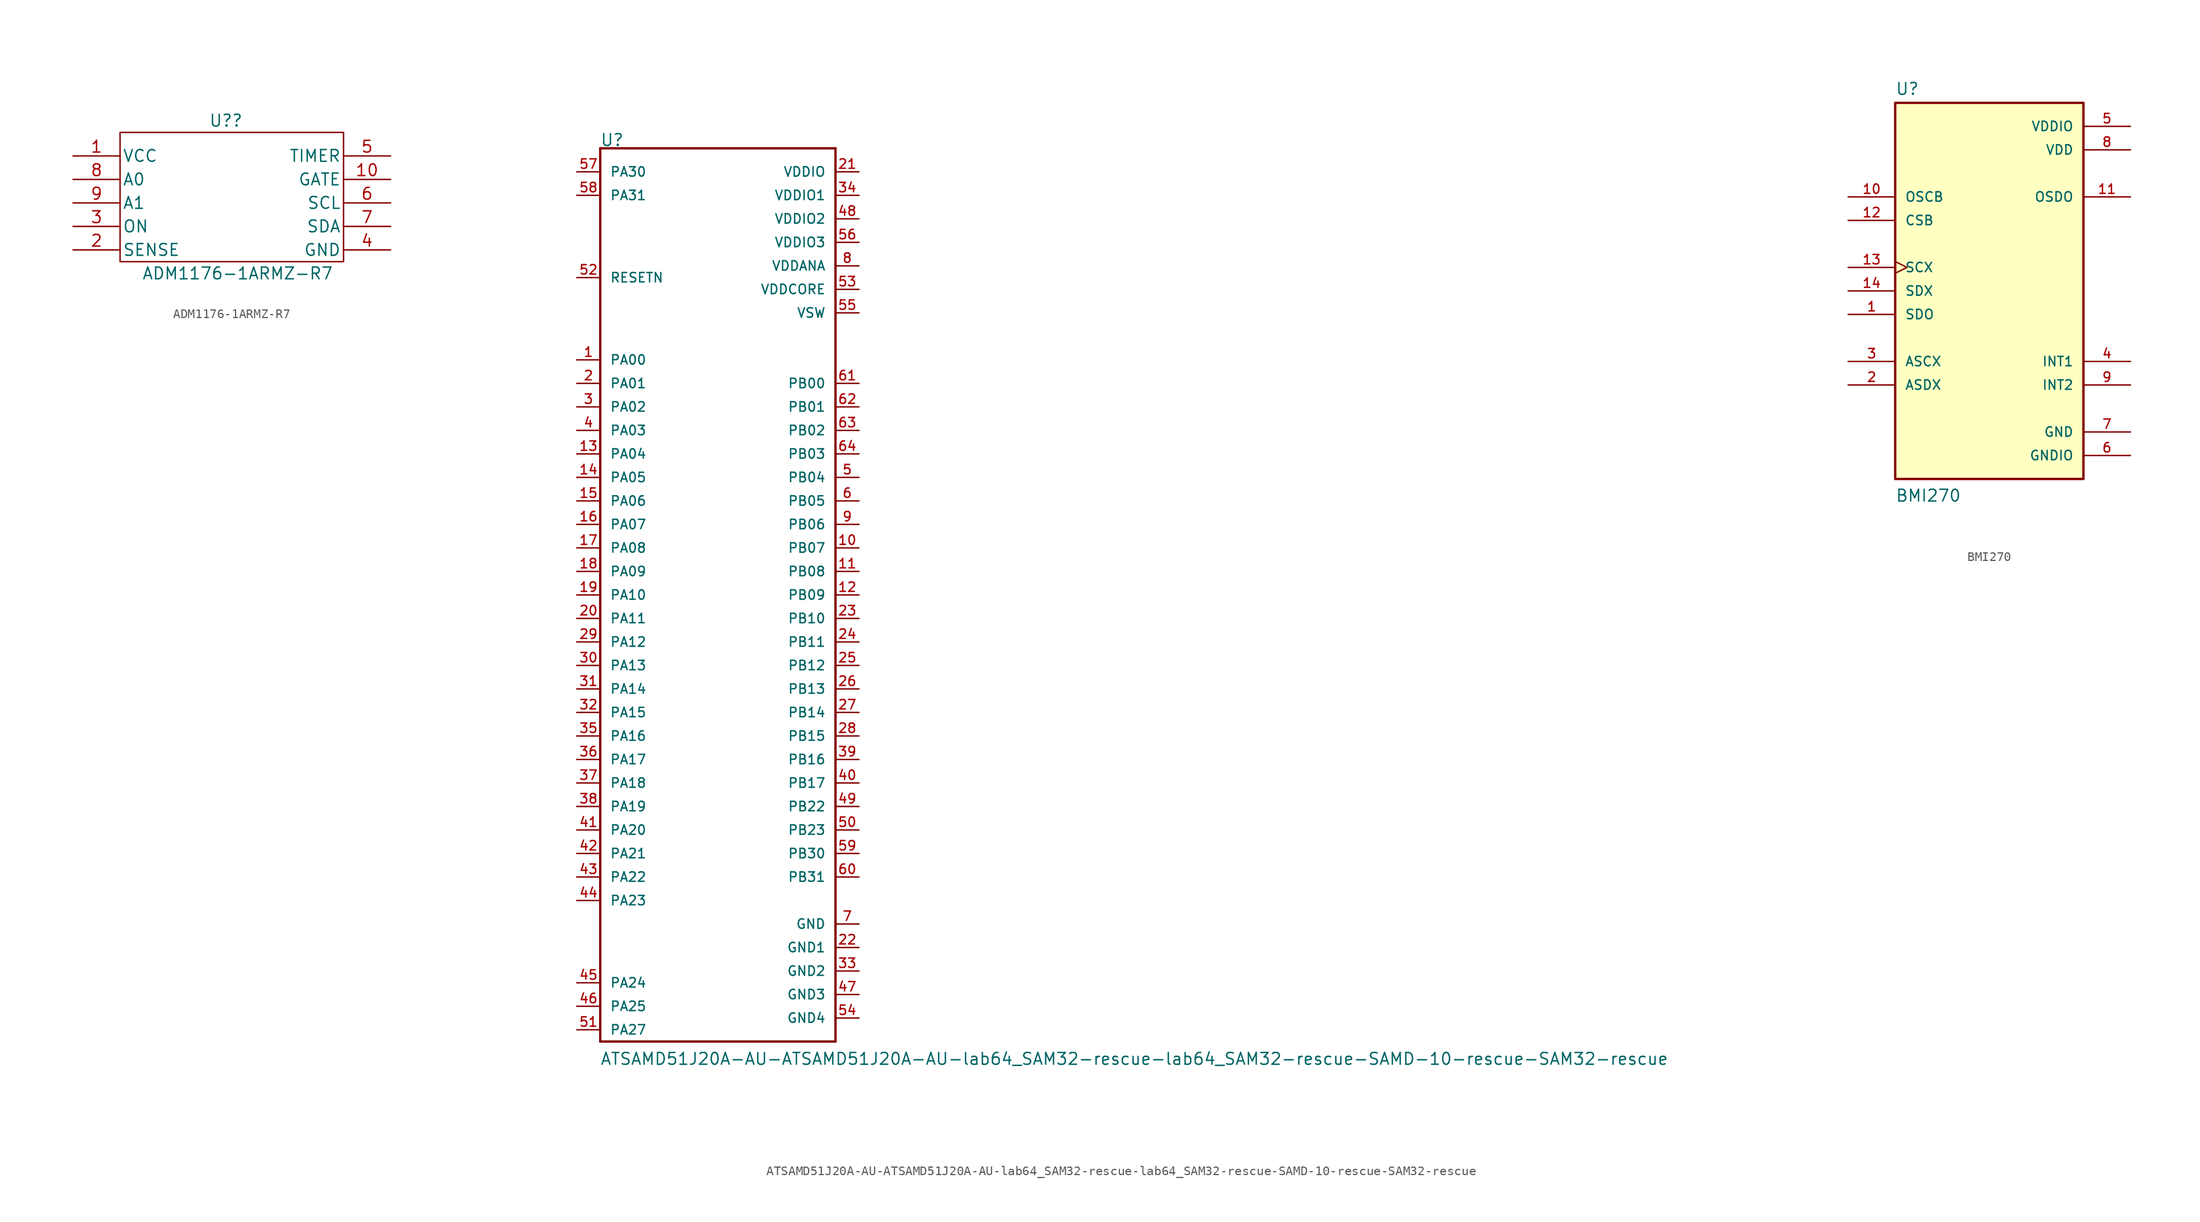
<source format=kicad_sym>
(kicad_symbol_lib
  (version 20211014)
  (generator kicad_symbol_editor)
  (symbol "ADM1176-1ARMZ-R7"
    (pin_names
      (offset 0.254))
    (property "Reference" "U?"
      (at 19.05 -10.16 0)
      (effects (font (size 1.27 1.27))))
    (property "Value" "ADM1176-1ARMZ-R7"
      (at 20.32 -26.67 0)
      (effects (font (size 1.27 1.27))))
    (property "Datasheet" ""
      (at 2.54 -3.81 0)
      (effects (font (size 1.27 1.27))))
    (symbol "ADM1176-1ARMZ-R7_0_1"
      (rectangle (start 7.62 -11.43) (end 31.75 -25.4) (stroke (width 0) (type default) (color 0 0 0 0)) (fill (type none))))
    (symbol "ADM1176-1ARMZ-R7_1_0"
      (pin unspecified line (at 2.54 -13.97 0) (length 5.08) (name "VCC" (effects (font (size 1.27 1.27)))) (number "1" (effects (font (size 1.27 1.27)))))
      (pin unspecified line (at 36.83 -16.51 180) (length 5.08) (name "GATE" (effects (font (size 1.27 1.27)))) (number "10" (effects (font (size 1.27 1.27)))))
      (pin unspecified line (at 2.54 -24.13 0) (length 5.08) (name "SENSE" (effects (font (size 1.27 1.27)))) (number "2" (effects (font (size 1.27 1.27)))))
      (pin unspecified line (at 2.54 -21.59 0) (length 5.08) (name "ON" (effects (font (size 1.27 1.27)))) (number "3" (effects (font (size 1.27 1.27)))))
      (pin unspecified line (at 36.83 -24.13 180) (length 5.08) (name "GND" (effects (font (size 1.27 1.27)))) (number "4" (effects (font (size 1.27 1.27)))))
      (pin unspecified line (at 36.83 -13.97 180) (length 5.08) (name "TIMER" (effects (font (size 1.27 1.27)))) (number "5" (effects (font (size 1.27 1.27)))))
      (pin unspecified line (at 36.83 -19.05 180) (length 5.08) (name "SCL" (effects (font (size 1.27 1.27)))) (number "6" (effects (font (size 1.27 1.27)))))
      (pin unspecified line (at 36.83 -21.59 180) (length 5.08) (name "SDA" (effects (font (size 1.27 1.27)))) (number "7" (effects (font (size 1.27 1.27)))))
      (pin unspecified line (at 2.54 -16.51 0) (length 5.08) (name "A0" (effects (font (size 1.27 1.27)))) (number "8" (effects (font (size 1.27 1.27)))))
      (pin unspecified line (at 2.54 -19.05 0) (length 5.08) (name "A1" (effects (font (size 1.27 1.27)))) (number "9" (effects (font (size 1.27 1.27)))))))
  (symbol "ATSAMD51J20A-AU-ATSAMD51J20A-AU-lab64_SAM32-rescue-lab64_SAM32-rescue-SAMD-10-rescue-SAM32-rescue"
    (pin_names
      (offset 1.016))
    (property "Reference" "U"
      (at -12.725 48.412 0)
      (effects (font (size 1.27 1.27)) (justify left bottom)))
    (property "Value" "ATSAMD51J20A-AU-ATSAMD51J20A-AU-lab64_SAM32-rescue-lab64_SAM32-rescue-SAMD-10-rescue-SAM32-rescue"
      (at -12.725 -50.876 0)
      (effects (font (size 1.27 1.27)) (justify left bottom)))
    (property "ki_locked" ""
      (at 0 0 0)
      (effects (font (size 1.27 1.27))))
    (symbol "ATSAMD51J20A-AU-ATSAMD51J20A-AU-lab64_SAM32-rescue-lab64_SAM32-rescue-SAMD-10-rescue-SAM32-rescue_0_0"
      (polyline (pts (xy -12.7 -48.26) (xy 12.7 -48.26)) (stroke (width 0.254) (type default) (color 0 0 0 0)) (fill (type none)))
      (polyline (pts (xy -12.7 48.26) (xy -12.7 -48.26)) (stroke (width 0.254) (type default) (color 0 0 0 0)) (fill (type none)))
      (polyline (pts (xy 12.7 -48.26) (xy 12.7 48.26)) (stroke (width 0.254) (type default) (color 0 0 0 0)) (fill (type none)))
      (polyline (pts (xy 12.7 48.26) (xy -12.7 48.26)) (stroke (width 0.254) (type default) (color 0 0 0 0)) (fill (type none)))
      (pin bidirectional line (at -15.24 25.4 0) (length 2.54) (name "PA00" (effects (font (size 1.016 1.016)))) (number "1" (effects (font (size 1.016 1.016)))))
      (pin bidirectional line (at 15.24 5.08 180) (length 2.54) (name "PB07" (effects (font (size 1.016 1.016)))) (number "10" (effects (font (size 1.016 1.016)))))
      (pin bidirectional line (at 15.24 2.54 180) (length 2.54) (name "PB08" (effects (font (size 1.016 1.016)))) (number "11" (effects (font (size 1.016 1.016)))))
      (pin bidirectional line (at 15.24 0 180) (length 2.54) (name "PB09" (effects (font (size 1.016 1.016)))) (number "12" (effects (font (size 1.016 1.016)))))
      (pin bidirectional line (at -15.24 15.24 0) (length 2.54) (name "PA04" (effects (font (size 1.016 1.016)))) (number "13" (effects (font (size 1.016 1.016)))))
      (pin bidirectional line (at -15.24 12.7 0) (length 2.54) (name "PA05" (effects (font (size 1.016 1.016)))) (number "14" (effects (font (size 1.016 1.016)))))
      (pin bidirectional line (at -15.24 10.16 0) (length 2.54) (name "PA06" (effects (font (size 1.016 1.016)))) (number "15" (effects (font (size 1.016 1.016)))))
      (pin bidirectional line (at -15.24 7.62 0) (length 2.54) (name "PA07" (effects (font (size 1.016 1.016)))) (number "16" (effects (font (size 1.016 1.016)))))
      (pin bidirectional line (at -15.24 5.08 0) (length 2.54) (name "PA08" (effects (font (size 1.016 1.016)))) (number "17" (effects (font (size 1.016 1.016)))))
      (pin bidirectional line (at -15.24 2.54 0) (length 2.54) (name "PA09" (effects (font (size 1.016 1.016)))) (number "18" (effects (font (size 1.016 1.016)))))
      (pin bidirectional line (at -15.24 0 0) (length 2.54) (name "PA10" (effects (font (size 1.016 1.016)))) (number "19" (effects (font (size 1.016 1.016)))))
      (pin bidirectional line (at -15.24 22.86 0) (length 2.54) (name "PA01" (effects (font (size 1.016 1.016)))) (number "2" (effects (font (size 1.016 1.016)))))
      (pin bidirectional line (at -15.24 -2.54 0) (length 2.54) (name "PA11" (effects (font (size 1.016 1.016)))) (number "20" (effects (font (size 1.016 1.016)))))
      (pin power_in line (at 15.24 45.72 180) (length 2.54) (name "VDDIO" (effects (font (size 1.016 1.016)))) (number "21" (effects (font (size 1.016 1.016)))))
      (pin power_in line (at 15.24 -38.1 180) (length 2.54) (name "GND1" (effects (font (size 1.016 1.016)))) (number "22" (effects (font (size 1.016 1.016)))))
      (pin bidirectional line (at 15.24 -2.54 180) (length 2.54) (name "PB10" (effects (font (size 1.016 1.016)))) (number "23" (effects (font (size 1.016 1.016)))))
      (pin bidirectional line (at 15.24 -5.08 180) (length 2.54) (name "PB11" (effects (font (size 1.016 1.016)))) (number "24" (effects (font (size 1.016 1.016)))))
      (pin bidirectional line (at 15.24 -7.62 180) (length 2.54) (name "PB12" (effects (font (size 1.016 1.016)))) (number "25" (effects (font (size 1.016 1.016)))))
      (pin bidirectional line (at 15.24 -10.16 180) (length 2.54) (name "PB13" (effects (font (size 1.016 1.016)))) (number "26" (effects (font (size 1.016 1.016)))))
      (pin bidirectional line (at 15.24 -12.7 180) (length 2.54) (name "PB14" (effects (font (size 1.016 1.016)))) (number "27" (effects (font (size 1.016 1.016)))))
      (pin bidirectional line (at 15.24 -15.24 180) (length 2.54) (name "PB15" (effects (font (size 1.016 1.016)))) (number "28" (effects (font (size 1.016 1.016)))))
      (pin bidirectional line (at -15.24 -5.08 0) (length 2.54) (name "PA12" (effects (font (size 1.016 1.016)))) (number "29" (effects (font (size 1.016 1.016)))))
      (pin bidirectional line (at -15.24 20.32 0) (length 2.54) (name "PA02" (effects (font (size 1.016 1.016)))) (number "3" (effects (font (size 1.016 1.016)))))
      (pin bidirectional line (at -15.24 -7.62 0) (length 2.54) (name "PA13" (effects (font (size 1.016 1.016)))) (number "30" (effects (font (size 1.016 1.016)))))
      (pin bidirectional line (at -15.24 -10.16 0) (length 2.54) (name "PA14" (effects (font (size 1.016 1.016)))) (number "31" (effects (font (size 1.016 1.016)))))
      (pin bidirectional line (at -15.24 -12.7 0) (length 2.54) (name "PA15" (effects (font (size 1.016 1.016)))) (number "32" (effects (font (size 1.016 1.016)))))
      (pin power_in line (at 15.24 -40.64 180) (length 2.54) (name "GND2" (effects (font (size 1.016 1.016)))) (number "33" (effects (font (size 1.016 1.016)))))
      (pin power_in line (at 15.24 43.18 180) (length 2.54) (name "VDDIO1" (effects (font (size 1.016 1.016)))) (number "34" (effects (font (size 1.016 1.016)))))
      (pin bidirectional line (at -15.24 -15.24 0) (length 2.54) (name "PA16" (effects (font (size 1.016 1.016)))) (number "35" (effects (font (size 1.016 1.016)))))
      (pin bidirectional line (at -15.24 -17.78 0) (length 2.54) (name "PA17" (effects (font (size 1.016 1.016)))) (number "36" (effects (font (size 1.016 1.016)))))
      (pin bidirectional line (at -15.24 -20.32 0) (length 2.54) (name "PA18" (effects (font (size 1.016 1.016)))) (number "37" (effects (font (size 1.016 1.016)))))
      (pin bidirectional line (at -15.24 -22.86 0) (length 2.54) (name "PA19" (effects (font (size 1.016 1.016)))) (number "38" (effects (font (size 1.016 1.016)))))
      (pin bidirectional line (at 15.24 -17.78 180) (length 2.54) (name "PB16" (effects (font (size 1.016 1.016)))) (number "39" (effects (font (size 1.016 1.016)))))
      (pin bidirectional line (at -15.24 17.78 0) (length 2.54) (name "PA03" (effects (font (size 1.016 1.016)))) (number "4" (effects (font (size 1.016 1.016)))))
      (pin bidirectional line (at 15.24 -20.32 180) (length 2.54) (name "PB17" (effects (font (size 1.016 1.016)))) (number "40" (effects (font (size 1.016 1.016)))))
      (pin bidirectional line (at -15.24 -25.4 0) (length 2.54) (name "PA20" (effects (font (size 1.016 1.016)))) (number "41" (effects (font (size 1.016 1.016)))))
      (pin bidirectional line (at -15.24 -27.94 0) (length 2.54) (name "PA21" (effects (font (size 1.016 1.016)))) (number "42" (effects (font (size 1.016 1.016)))))
      (pin bidirectional line (at -15.24 -30.48 0) (length 2.54) (name "PA22" (effects (font (size 1.016 1.016)))) (number "43" (effects (font (size 1.016 1.016)))))
      (pin bidirectional line (at -15.24 -33.02 0) (length 2.54) (name "PA23" (effects (font (size 1.016 1.016)))) (number "44" (effects (font (size 1.016 1.016)))))
      (pin bidirectional line (at -15.24 -41.91 0) (length 2.54) (name "PA24" (effects (font (size 1.016 1.016)))) (number "45" (effects (font (size 1.016 1.016)))))
      (pin bidirectional line (at -15.24 -44.45 0) (length 2.54) (name "PA25" (effects (font (size 1.016 1.016)))) (number "46" (effects (font (size 1.016 1.016)))))
      (pin power_in line (at 15.24 -43.18 180) (length 2.54) (name "GND3" (effects (font (size 1.016 1.016)))) (number "47" (effects (font (size 1.016 1.016)))))
      (pin power_in line (at 15.24 40.64 180) (length 2.54) (name "VDDIO2" (effects (font (size 1.016 1.016)))) (number "48" (effects (font (size 1.016 1.016)))))
      (pin bidirectional line (at 15.24 -22.86 180) (length 2.54) (name "PB22" (effects (font (size 1.016 1.016)))) (number "49" (effects (font (size 1.016 1.016)))))
      (pin bidirectional line (at 15.24 12.7 180) (length 2.54) (name "PB04" (effects (font (size 1.016 1.016)))) (number "5" (effects (font (size 1.016 1.016)))))
      (pin bidirectional line (at 15.24 -25.4 180) (length 2.54) (name "PB23" (effects (font (size 1.016 1.016)))) (number "50" (effects (font (size 1.016 1.016)))))
      (pin bidirectional line (at -15.24 -46.99 0) (length 2.54) (name "PA27" (effects (font (size 1.016 1.016)))) (number "51" (effects (font (size 1.016 1.016)))))
      (pin input line (at -15.24 34.29 0) (length 2.54) (name "RESETN" (effects (font (size 1.016 1.016)))) (number "52" (effects (font (size 1.016 1.016)))))
      (pin power_in line (at 15.24 33.02 180) (length 2.54) (name "VDDCORE" (effects (font (size 1.016 1.016)))) (number "53" (effects (font (size 1.016 1.016)))))
      (pin power_in line (at 15.24 -45.72 180) (length 2.54) (name "GND4" (effects (font (size 1.016 1.016)))) (number "54" (effects (font (size 1.016 1.016)))))
      (pin power_in line (at 15.24 30.48 180) (length 2.54) (name "VSW" (effects (font (size 1.016 1.016)))) (number "55" (effects (font (size 1.016 1.016)))))
      (pin power_in line (at 15.24 38.1 180) (length 2.54) (name "VDDIO3" (effects (font (size 1.016 1.016)))) (number "56" (effects (font (size 1.016 1.016)))))
      (pin bidirectional line (at -15.24 45.72 0) (length 2.54) (name "PA30" (effects (font (size 1.016 1.016)))) (number "57" (effects (font (size 1.016 1.016)))))
      (pin bidirectional line (at -15.24 43.18 0) (length 2.54) (name "PA31" (effects (font (size 1.016 1.016)))) (number "58" (effects (font (size 1.016 1.016)))))
      (pin bidirectional line (at 15.24 -27.94 180) (length 2.54) (name "PB30" (effects (font (size 1.016 1.016)))) (number "59" (effects (font (size 1.016 1.016)))))
      (pin bidirectional line (at 15.24 10.16 180) (length 2.54) (name "PB05" (effects (font (size 1.016 1.016)))) (number "6" (effects (font (size 1.016 1.016)))))
      (pin bidirectional line (at 15.24 -30.48 180) (length 2.54) (name "PB31" (effects (font (size 1.016 1.016)))) (number "60" (effects (font (size 1.016 1.016)))))
      (pin bidirectional line (at 15.24 22.86 180) (length 2.54) (name "PB00" (effects (font (size 1.016 1.016)))) (number "61" (effects (font (size 1.016 1.016)))))
      (pin bidirectional line (at 15.24 20.32 180) (length 2.54) (name "PB01" (effects (font (size 1.016 1.016)))) (number "62" (effects (font (size 1.016 1.016)))))
      (pin bidirectional line (at 15.24 17.78 180) (length 2.54) (name "PB02" (effects (font (size 1.016 1.016)))) (number "63" (effects (font (size 1.016 1.016)))))
      (pin bidirectional line (at 15.24 15.24 180) (length 2.54) (name "PB03" (effects (font (size 1.016 1.016)))) (number "64" (effects (font (size 1.016 1.016)))))
      (pin power_in line (at 15.24 -35.56 180) (length 2.54) (name "GND" (effects (font (size 1.016 1.016)))) (number "7" (effects (font (size 1.016 1.016)))))
      (pin power_in line (at 15.24 35.56 180) (length 2.54) (name "VDDANA" (effects (font (size 1.016 1.016)))) (number "8" (effects (font (size 1.016 1.016)))))
      (pin bidirectional line (at 15.24 7.62 180) (length 2.54) (name "PB06" (effects (font (size 1.016 1.016)))) (number "9" (effects (font (size 1.016 1.016)))))))
  (symbol "BMI270"
    (pin_names
      (offset 1.016))
    (property "Reference" "U"
      (at -10.16 21.082 0)
      (effects (font (size 1.27 1.27)) (justify left bottom)))
    (property "Value" "BMI270"
      (at -10.16 -22.86 0)
      (effects (font (size 1.27 1.27)) (justify left bottom)))
    (symbol "BMI270_0_0"
      (rectangle (start -10.16 -20.32) (end 10.16 20.32) (stroke (width 0.254) (type default) (color 0 0 0 0)) (fill (type background)))
      (pin bidirectional line (at -15.24 -2.54 0) (length 5.08) (name "SDO" (effects (font (size 1.016 1.016)))) (number "1" (effects (font (size 1.016 1.016)))))
      (pin input line (at -15.24 10.16 0) (length 5.08) (name "OSCB" (effects (font (size 1.016 1.016)))) (number "10" (effects (font (size 1.016 1.016)))))
      (pin output line (at 15.24 10.16 180) (length 5.08) (name "OSDO" (effects (font (size 1.016 1.016)))) (number "11" (effects (font (size 1.016 1.016)))))
      (pin input line (at -15.24 7.62 0) (length 5.08) (name "CSB" (effects (font (size 1.016 1.016)))) (number "12" (effects (font (size 1.016 1.016)))))
      (pin input clock (at -15.24 2.54 0) (length 5.08) (name "SCX" (effects (font (size 1.016 1.016)))) (number "13" (effects (font (size 1.016 1.016)))))
      (pin bidirectional line (at -15.24 0 0) (length 5.08) (name "SDX" (effects (font (size 1.016 1.016)))) (number "14" (effects (font (size 1.016 1.016)))))
      (pin bidirectional line (at -15.24 -10.16 0) (length 5.08) (name "ASDX" (effects (font (size 1.016 1.016)))) (number "2" (effects (font (size 1.016 1.016)))))
      (pin bidirectional line (at -15.24 -7.62 0) (length 5.08) (name "ASCX" (effects (font (size 1.016 1.016)))) (number "3" (effects (font (size 1.016 1.016)))))
      (pin bidirectional line (at 15.24 -7.62 180) (length 5.08) (name "INT1" (effects (font (size 1.016 1.016)))) (number "4" (effects (font (size 1.016 1.016)))))
      (pin power_in line (at 15.24 17.78 180) (length 5.08) (name "VDDIO" (effects (font (size 1.016 1.016)))) (number "5" (effects (font (size 1.016 1.016)))))
      (pin power_in line (at 15.24 -17.78 180) (length 5.08) (name "GNDIO" (effects (font (size 1.016 1.016)))) (number "6" (effects (font (size 1.016 1.016)))))
      (pin power_in line (at 15.24 -15.24 180) (length 5.08) (name "GND" (effects (font (size 1.016 1.016)))) (number "7" (effects (font (size 1.016 1.016)))))
      (pin power_in line (at 15.24 15.24 180) (length 5.08) (name "VDD" (effects (font (size 1.016 1.016)))) (number "8" (effects (font (size 1.016 1.016)))))
      (pin bidirectional line (at 15.24 -10.16 180) (length 5.08) (name "INT2" (effects (font (size 1.016 1.016)))) (number "9" (effects (font (size 1.016 1.016))))))))
</source>
